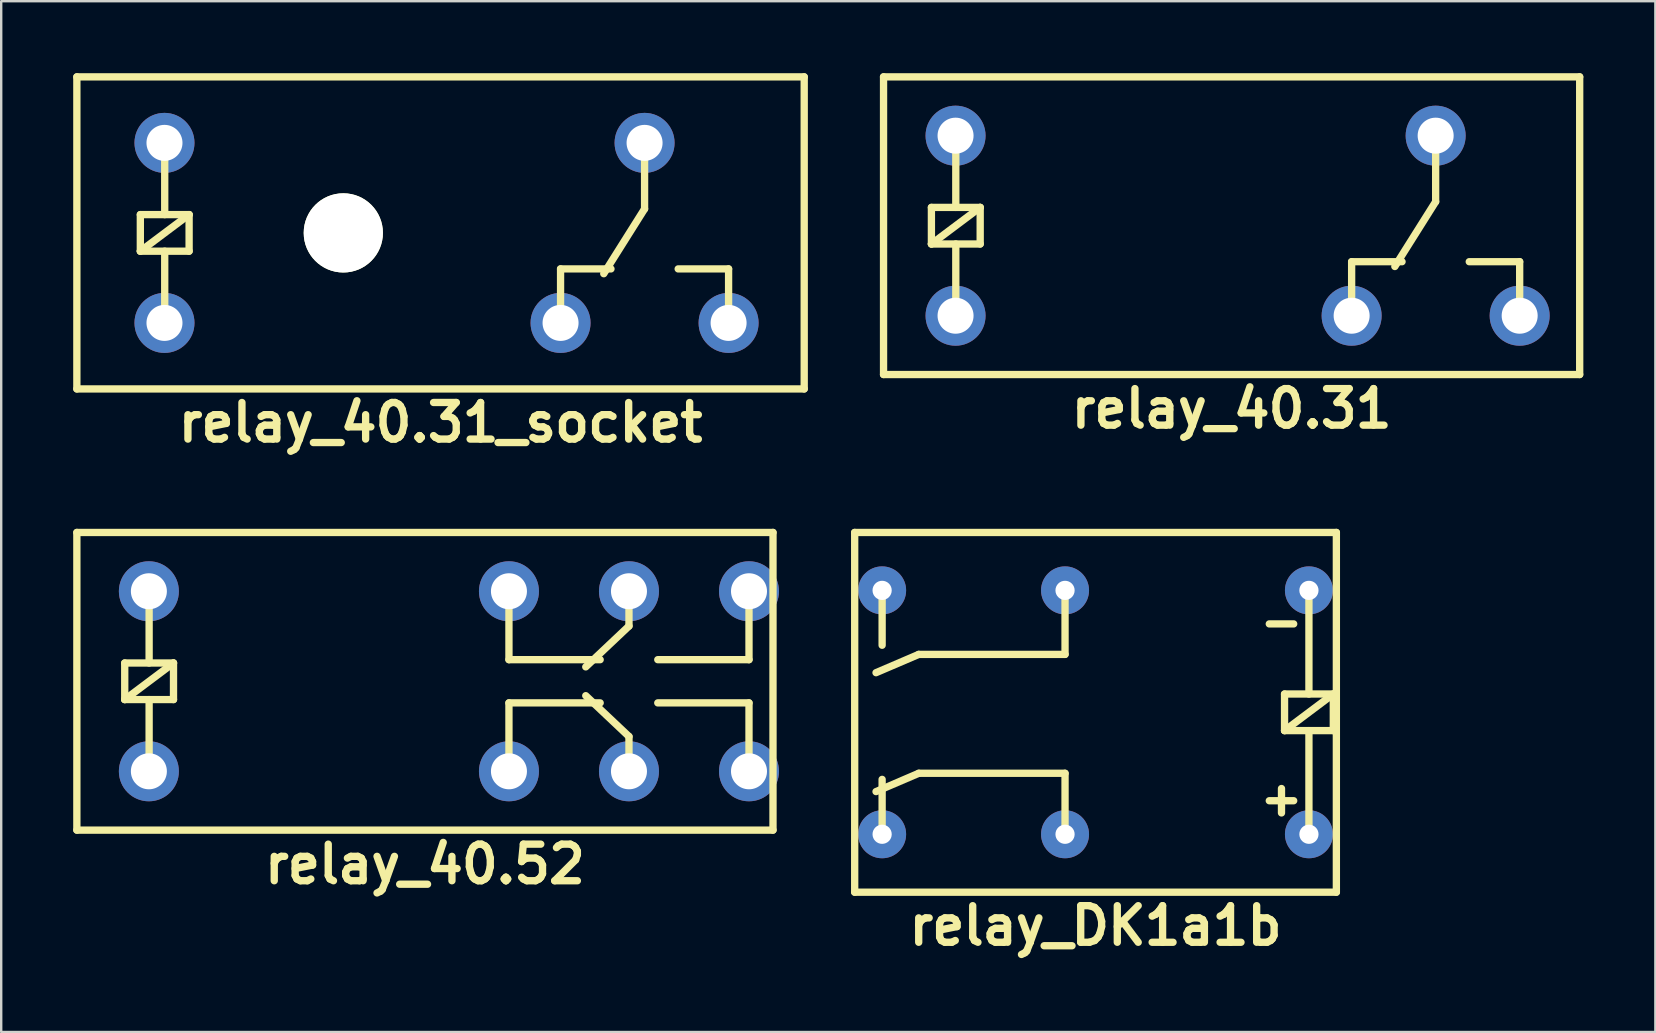
<source format=kicad_pcb>
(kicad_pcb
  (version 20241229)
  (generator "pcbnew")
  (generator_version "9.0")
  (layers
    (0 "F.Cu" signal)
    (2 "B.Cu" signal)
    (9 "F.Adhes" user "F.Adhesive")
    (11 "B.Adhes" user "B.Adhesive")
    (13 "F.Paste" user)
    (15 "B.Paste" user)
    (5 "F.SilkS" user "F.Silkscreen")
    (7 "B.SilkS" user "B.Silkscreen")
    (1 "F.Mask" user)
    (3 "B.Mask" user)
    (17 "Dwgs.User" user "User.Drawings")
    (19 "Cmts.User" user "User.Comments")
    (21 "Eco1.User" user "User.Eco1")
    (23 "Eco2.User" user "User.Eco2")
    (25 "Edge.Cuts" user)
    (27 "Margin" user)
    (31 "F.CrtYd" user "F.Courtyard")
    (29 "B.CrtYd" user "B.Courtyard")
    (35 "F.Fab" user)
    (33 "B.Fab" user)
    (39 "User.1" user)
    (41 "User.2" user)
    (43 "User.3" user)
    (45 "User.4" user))
  (footprint "relay_40.52"
    (layer "F.Cu")
    (at 14.652 25.331)
    (property "Reference" "relay_40.52" (at 0 7.62 0) (layer "F.SilkS") (effects (font (size 1.524 1.524) (thickness 0.305))))
    (attr through_hole)
    (fp_line (start -14.5 -6.2) (end -14.5 6.2) (stroke (width 0.305) (type solid)) (layer "F.SilkS"))
    (fp_line (start -14.5 -6.2) (end 14.5 -6.2) (stroke (width 0.305) (type solid)) (layer "F.SilkS"))
    (fp_line (start -14.5 6.2) (end 14.5 6.2) (stroke (width 0.305) (type solid)) (layer "F.SilkS"))
    (fp_line (start -12.506 -0.762) (end -10.474 -0.762) (stroke (width 0.305) (type solid)) (layer "F.SilkS"))
    (fp_line (start -12.506 0.762) (end -12.506 -0.762) (stroke (width 0.305) (type solid)) (layer "F.SilkS"))
    (fp_line (start -12.506 0.762) (end -10.474 -0.762) (stroke (width 0.305) (type solid)) (layer "F.SilkS"))
    (fp_line (start -11.49 -3.81) (end -11.49 -0.762) (stroke (width 0.305) (type solid)) (layer "F.SilkS"))
    (fp_line (start -11.49 3.81) (end -11.49 0.762) (stroke (width 0.305) (type solid)) (layer "F.SilkS"))
    (fp_line (start -10.474 -0.762) (end -10.474 0.762) (stroke (width 0.305) (type solid)) (layer "F.SilkS"))
    (fp_line (start -10.474 0.762) (end -12.506 0.762) (stroke (width 0.305) (type solid)) (layer "F.SilkS"))
    (fp_line (start 3.5 -3.7) (end 3.5 -0.9) (stroke (width 0.305) (type solid)) (layer "F.SilkS"))
    (fp_line (start 3.5 -0.9) (end 7.3 -0.9) (stroke (width 0.305) (type solid)) (layer "F.SilkS"))
    (fp_line (start 3.5 0.9) (end 7.3 0.9) (stroke (width 0.305) (type solid)) (layer "F.SilkS"))
    (fp_line (start 3.5 3.7) (end 3.5 0.9) (stroke (width 0.305) (type solid)) (layer "F.SilkS"))
    (fp_line (start 8.5 -3.7) (end 8.5 -2.3) (stroke (width 0.305) (type solid)) (layer "F.SilkS"))
    (fp_line (start 8.5 -2.3) (end 6.7 -0.6) (stroke (width 0.305) (type solid)) (layer "F.SilkS"))
    (fp_line (start 8.5 2.3) (end 6.7 0.6) (stroke (width 0.305) (type solid)) (layer "F.SilkS"))
    (fp_line (start 8.5 3.7) (end 8.5 2.3) (stroke (width 0.305) (type solid)) (layer "F.SilkS"))
    (fp_line (start 9.7 -0.9) (end 13.5 -0.9) (stroke (width 0.305) (type solid)) (layer "F.SilkS"))
    (fp_line (start 9.7 0.9) (end 13.5 0.9) (stroke (width 0.305) (type solid)) (layer "F.SilkS"))
    (fp_line (start 13.5 -3.7) (end 13.5 -0.9) (stroke (width 0.305) (type solid)) (layer "F.SilkS"))
    (fp_line (start 13.5 3.7) (end 13.5 0.9) (stroke (width 0.305) (type solid)) (layer "F.SilkS"))
    (fp_line (start 14.5 -6.2) (end 14.5 6.2) (stroke (width 0.305) (type solid)) (layer "F.SilkS"))
    (pad "1" thru_hole circle (at -11.5 3.75) (size 2.5 2.5) (drill 1.5) (layers "*.Cu"))
    (pad "2" thru_hole circle (at -11.5 -3.75) (size 2.5 2.5) (drill 1.5) (layers "*.Cu"))
    (pad "11" thru_hole circle (at 8.5 3.75) (size 2.5 2.5) (drill 1.5) (layers "*.Cu"))
    (pad "12" thru_hole circle (at 3.5 3.75) (size 2.5 2.5) (drill 1.5) (layers "*.Cu"))
    (pad "14" thru_hole circle (at 13.5 3.75) (size 2.5 2.5) (drill 1.5) (layers "*.Cu"))
    (pad "21" thru_hole circle (at 8.5 -3.75) (size 2.5 2.5) (drill 1.5) (layers "*.Cu"))
    (pad "22" thru_hole circle (at 3.5 -3.75) (size 2.5 2.5) (drill 1.5) (layers "*.Cu"))
    (pad "24" thru_hole circle (at 13.5 -3.75) (size 2.5 2.5) (drill 1.5) (layers "*.Cu")))
  (footprint "relay_40.31_socket"
    (layer "F.Cu")
    (at 15.302 6.652)
    (property "Reference" "relay_40.31_socket" (at 0 7.9 0) (layer "F.SilkS") (effects (font (size 1.524 1.524) (thickness 0.305))))
    (attr through_hole)
    (fp_line (start -15.15 -6.5) (end -15.15 6.5) (stroke (width 0.305) (type solid)) (layer "F.SilkS"))
    (fp_line (start -15.15 -6.5) (end 15.15 -6.5) (stroke (width 0.305) (type solid)) (layer "F.SilkS"))
    (fp_line (start -15.15 6.5) (end 15.15 6.5) (stroke (width 0.305) (type solid)) (layer "F.SilkS"))
    (fp_line (start -12.506 -0.762) (end -10.474 -0.762) (stroke (width 0.305) (type solid)) (layer "F.SilkS"))
    (fp_line (start -12.506 0.762) (end -12.506 -0.762) (stroke (width 0.305) (type solid)) (layer "F.SilkS"))
    (fp_line (start -12.506 0.762) (end -10.474 -0.762) (stroke (width 0.305) (type solid)) (layer "F.SilkS"))
    (fp_line (start -11.49 -3.81) (end -11.49 -0.762) (stroke (width 0.305) (type solid)) (layer "F.SilkS"))
    (fp_line (start -11.49 3.81) (end -11.49 0.762) (stroke (width 0.305) (type solid)) (layer "F.SilkS"))
    (fp_line (start -10.474 -0.762) (end -10.474 0.762) (stroke (width 0.305) (type solid)) (layer "F.SilkS"))
    (fp_line (start -10.474 0.762) (end -12.506 0.762) (stroke (width 0.305) (type solid)) (layer "F.SilkS"))
    (fp_line (start 5 1.5) (end 7.1 1.5) (stroke (width 0.305) (type solid)) (layer "F.SilkS"))
    (fp_line (start 5 3.7) (end 5 1.5) (stroke (width 0.305) (type solid)) (layer "F.SilkS"))
    (fp_line (start 8.5 -1) (end 6.8 1.7) (stroke (width 0.305) (type solid)) (layer "F.SilkS"))
    (fp_line (start 8.5 -1) (end 8.5 -3.8) (stroke (width 0.305) (type solid)) (layer "F.SilkS"))
    (fp_line (start 12 1.5) (end 9.9 1.5) (stroke (width 0.305) (type solid)) (layer "F.SilkS"))
    (fp_line (start 12 3.7) (end 12 1.5) (stroke (width 0.305) (type solid)) (layer "F.SilkS"))
    (fp_line (start 15.15 -6.5) (end 15.15 6.5) (stroke (width 0.305) (type solid)) (layer "F.SilkS"))
    (pad "" np_thru_hole circle (at -4.05 0) (size 3.3 3.3) (drill 3.3) (layers "*.Cu" "*.Mask" "F.SilkS"))
    (pad "1" thru_hole circle (at -11.5 3.75) (size 2.5 2.5) (drill 1.5) (layers "*.Cu"))
    (pad "2" thru_hole circle (at -11.5 -3.75) (size 2.5 2.5) (drill 1.5) (layers "*.Cu"))
    (pad "11" thru_hole circle (at 8.5 -3.75) (size 2.5 2.5) (drill 1.5) (layers "*.Cu"))
    (pad "12" thru_hole circle (at 5 3.75) (size 2.5 2.5) (drill 1.5) (layers "*.Cu"))
    (pad "14" thru_hole circle (at 12 3.75) (size 2.5 2.5) (drill 1.5) (layers "*.Cu")))
  (footprint "relay_40.31"
    (layer "F.Cu")
    (at 48.257 6.352)
    (property "Reference" "relay_40.31" (at 0 7.62 0) (layer "F.SilkS") (effects (font (size 1.524 1.524) (thickness 0.305))))
    (attr through_hole)
    (fp_line (start -14.5 -6.2) (end -14.5 6.2) (stroke (width 0.305) (type solid)) (layer "F.SilkS"))
    (fp_line (start -14.5 -6.2) (end 14.5 -6.2) (stroke (width 0.305) (type solid)) (layer "F.SilkS"))
    (fp_line (start -14.5 6.2) (end 14.5 6.2) (stroke (width 0.305) (type solid)) (layer "F.SilkS"))
    (fp_line (start -12.506 -0.762) (end -10.474 -0.762) (stroke (width 0.305) (type solid)) (layer "F.SilkS"))
    (fp_line (start -12.506 0.762) (end -12.506 -0.762) (stroke (width 0.305) (type solid)) (layer "F.SilkS"))
    (fp_line (start -12.506 0.762) (end -10.474 -0.762) (stroke (width 0.305) (type solid)) (layer "F.SilkS"))
    (fp_line (start -11.49 -3.81) (end -11.49 -0.762) (stroke (width 0.305) (type solid)) (layer "F.SilkS"))
    (fp_line (start -11.49 3.81) (end -11.49 0.762) (stroke (width 0.305) (type solid)) (layer "F.SilkS"))
    (fp_line (start -10.474 -0.762) (end -10.474 0.762) (stroke (width 0.305) (type solid)) (layer "F.SilkS"))
    (fp_line (start -10.474 0.762) (end -12.506 0.762) (stroke (width 0.305) (type solid)) (layer "F.SilkS"))
    (fp_line (start 5 1.5) (end 7.1 1.5) (stroke (width 0.305) (type solid)) (layer "F.SilkS"))
    (fp_line (start 5 3.7) (end 5 1.5) (stroke (width 0.305) (type solid)) (layer "F.SilkS"))
    (fp_line (start 8.5 -1) (end 6.8 1.7) (stroke (width 0.305) (type solid)) (layer "F.SilkS"))
    (fp_line (start 8.5 -1) (end 8.5 -3.8) (stroke (width 0.305) (type solid)) (layer "F.SilkS"))
    (fp_line (start 12 1.5) (end 9.9 1.5) (stroke (width 0.305) (type solid)) (layer "F.SilkS"))
    (fp_line (start 12 3.7) (end 12 1.5) (stroke (width 0.305) (type solid)) (layer "F.SilkS"))
    (fp_line (start 14.5 -6.2) (end 14.5 6.2) (stroke (width 0.305) (type solid)) (layer "F.SilkS"))
    (pad "1" thru_hole circle (at -11.5 3.75) (size 2.5 2.5) (drill 1.5) (layers "*.Cu"))
    (pad "2" thru_hole circle (at -11.5 -3.75) (size 2.5 2.5) (drill 1.5) (layers "*.Cu"))
    (pad "11" thru_hole circle (at 8.5 -3.75) (size 2.5 2.5) (drill 1.5) (layers "*.Cu"))
    (pad "12" thru_hole circle (at 5 3.75) (size 2.5 2.5) (drill 1.5) (layers "*.Cu"))
    (pad "14" thru_hole circle (at 12 3.75) (size 2.5 2.5) (drill 1.5) (layers "*.Cu")))
  (footprint "relay_DK1a1b"
    (layer "F.Cu")
    (at 42.588 26.624)
    (property "Reference" "relay_DK1a1b" (at 0 8.89 0) (layer "F.SilkS") (effects (font (size 1.524 1.524) (thickness 0.305))))
    (attr through_hole)
    (fp_line (start -10.033 -7.493) (end -10.033 7.493) (stroke (width 0.305) (type solid)) (layer "F.SilkS"))
    (fp_line (start -10.033 7.493) (end 10.033 7.493) (stroke (width 0.305) (type solid)) (layer "F.SilkS"))
    (fp_line (start -8.89 -5.08) (end -8.89 -2.794) (stroke (width 0.305) (type solid)) (layer "F.SilkS"))
    (fp_line (start -8.89 2.794) (end -8.89 5.08) (stroke (width 0.305) (type solid)) (layer "F.SilkS"))
    (fp_line (start -7.366 -2.413) (end -9.144 -1.651) (stroke (width 0.305) (type solid)) (layer "F.SilkS"))
    (fp_line (start -7.366 2.54) (end -9.144 3.302) (stroke (width 0.305) (type solid)) (layer "F.SilkS"))
    (fp_line (start -1.27 -4.953) (end -1.27 -2.413) (stroke (width 0.305) (type solid)) (layer "F.SilkS"))
    (fp_line (start -1.27 -2.413) (end -7.366 -2.413) (stroke (width 0.305) (type solid)) (layer "F.SilkS"))
    (fp_line (start -1.27 2.54) (end -7.366 2.54) (stroke (width 0.305) (type solid)) (layer "F.SilkS"))
    (fp_line (start -1.27 2.54) (end -1.27 5.08) (stroke (width 0.305) (type solid)) (layer "F.SilkS"))
    (fp_line (start 7.239 -3.683) (end 8.255 -3.683) (stroke (width 0.305) (type solid)) (layer "F.SilkS"))
    (fp_line (start 7.239 3.683) (end 8.255 3.683) (stroke (width 0.305) (type solid)) (layer "F.SilkS"))
    (fp_line (start 7.747 3.175) (end 7.747 4.191) (stroke (width 0.305) (type solid)) (layer "F.SilkS"))
    (fp_line (start 7.874 -0.762) (end 9.906 -0.762) (stroke (width 0.305) (type solid)) (layer "F.SilkS"))
    (fp_line (start 7.874 0.762) (end 7.874 -0.762) (stroke (width 0.305) (type solid)) (layer "F.SilkS"))
    (fp_line (start 8.89 -0.762) (end 8.89 -5.08) (stroke (width 0.305) (type solid)) (layer "F.SilkS"))
    (fp_line (start 8.89 5.08) (end 8.89 0.762) (stroke (width 0.305) (type solid)) (layer "F.SilkS"))
    (fp_line (start 9.906 -0.762) (end 7.874 0.762) (stroke (width 0.305) (type solid)) (layer "F.SilkS"))
    (fp_line (start 9.906 -0.762) (end 9.906 0.762) (stroke (width 0.305) (type solid)) (layer "F.SilkS"))
    (fp_line (start 9.906 0.762) (end 7.874 0.762) (stroke (width 0.305) (type solid)) (layer "F.SilkS"))
    (fp_line (start 10.033 -7.493) (end -10.033 -7.493) (stroke (width 0.305) (type solid)) (layer "F.SilkS"))
    (fp_line (start 10.033 7.493) (end 10.033 -7.493) (stroke (width 0.305) (type solid)) (layer "F.SilkS"))
    (pad "1" thru_hole circle (at 8.89 -5.08 180) (size 1.999 1.999) (drill 0.8) (layers "*.Cu"))
    (pad "3" thru_hole circle (at -1.27 -5.08 180) (size 1.999 1.999) (drill 0.8) (layers "*.Cu"))
    (pad "4" thru_hole circle (at -8.89 -5.08 180) (size 1.999 1.999) (drill 0.8) (layers "*.Cu"))
    (pad "5" thru_hole circle (at -8.89 5.08 180) (size 1.999 1.999) (drill 0.8) (layers "*.Cu"))
    (pad "6" thru_hole circle (at -1.27 5.08 180) (size 1.999 1.999) (drill 0.8) (layers "*.Cu"))
    (pad "8" thru_hole circle (at 8.89 5.08 180) (size 1.999 1.999) (drill 0.8) (layers "*.Cu")))
  (gr_rect
    (start -3 -3)
    (end 65.91 39.941)
    (stroke (width 0.1) (type default))
    (fill no)
    (layer "Edge.Cuts")))
</source>
